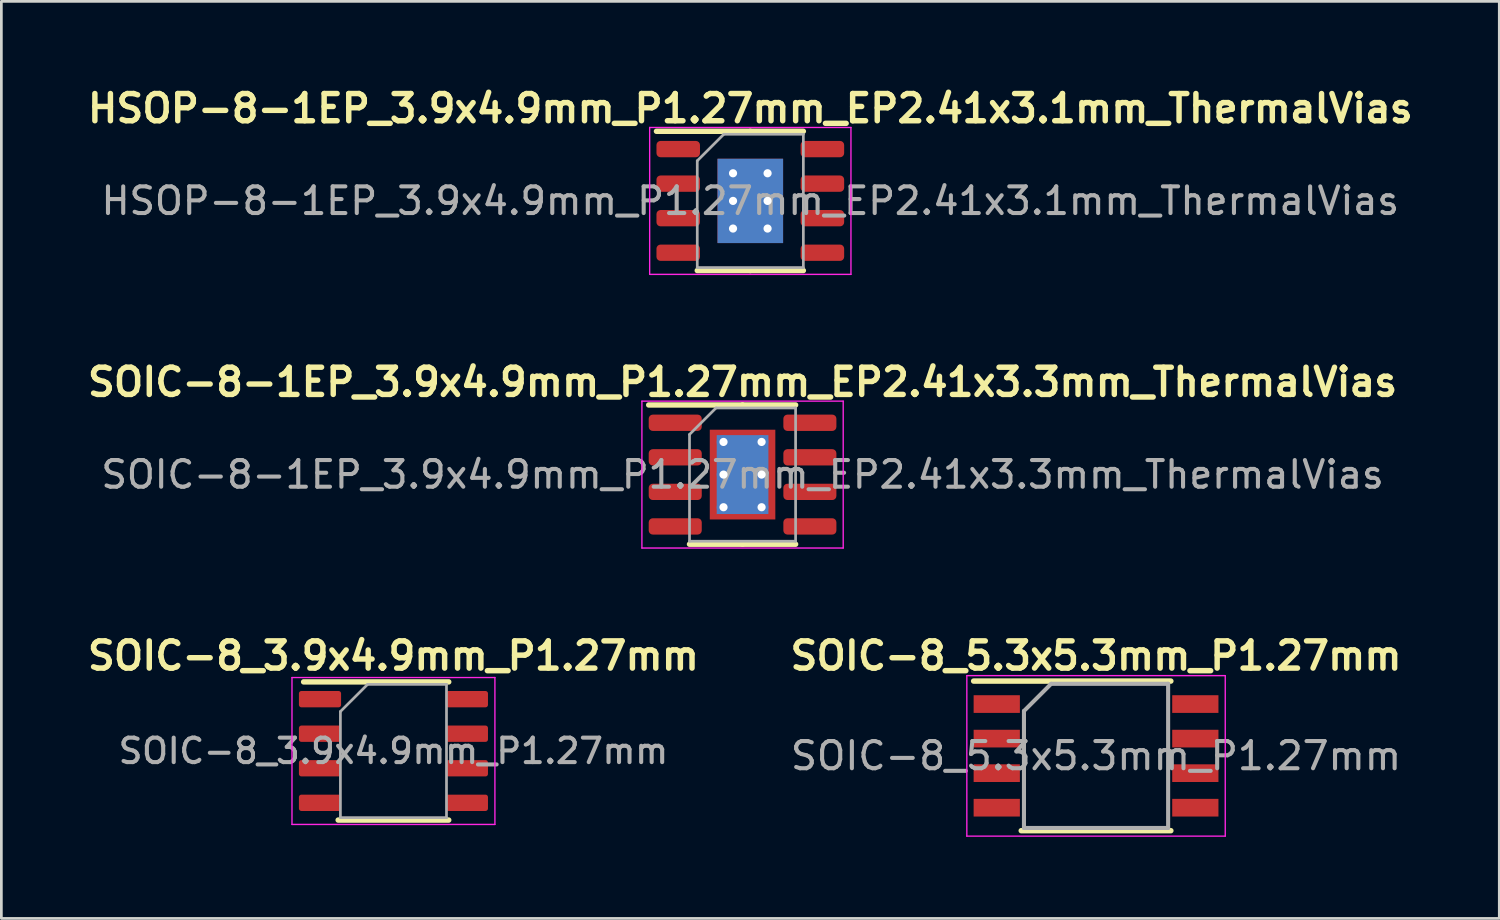
<source format=kicad_pcb>
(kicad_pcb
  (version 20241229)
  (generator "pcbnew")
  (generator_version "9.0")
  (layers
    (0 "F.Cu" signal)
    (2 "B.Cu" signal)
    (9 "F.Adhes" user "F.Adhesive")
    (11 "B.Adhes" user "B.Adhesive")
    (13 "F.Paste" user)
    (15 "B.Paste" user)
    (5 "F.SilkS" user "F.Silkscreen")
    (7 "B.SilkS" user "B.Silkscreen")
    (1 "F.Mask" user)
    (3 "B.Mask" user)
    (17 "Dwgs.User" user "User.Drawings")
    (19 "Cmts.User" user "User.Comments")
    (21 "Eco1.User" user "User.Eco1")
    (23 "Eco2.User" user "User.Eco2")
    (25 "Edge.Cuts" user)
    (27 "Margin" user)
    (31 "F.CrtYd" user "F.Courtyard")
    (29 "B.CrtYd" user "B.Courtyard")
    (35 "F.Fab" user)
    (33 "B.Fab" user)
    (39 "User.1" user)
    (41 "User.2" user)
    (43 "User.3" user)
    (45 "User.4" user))
  (footprint "SOIC-8_5.3x5.3mm_P1.27mm"
    (layer "F.Cu")
    (at 37.243 24.738)
    (property "Reference" "SOIC-8_5.3x5.3mm_P1.27mm" (at 0 -3.68 0) (layer "F.SilkS") (effects (font (size 1 1) (thickness 0.2))))
    (attr smd)
    (fp_line (start -4.5 -2.75) (end 2.75 -2.75) (stroke (width 0.2) (type solid)) (layer "F.SilkS"))
    (fp_line (start -2.75 2.75) (end 2.75 2.75) (stroke (width 0.2) (type solid)) (layer "F.SilkS"))
    (fp_line (start -4.75 -2.95) (end -4.75 2.95) (stroke (width 0.05) (type solid)) (layer "F.CrtYd"))
    (fp_line (start -4.75 -2.95) (end 4.75 -2.95) (stroke (width 0.05) (type solid)) (layer "F.CrtYd"))
    (fp_line (start -4.75 2.95) (end 4.75 2.95) (stroke (width 0.05) (type solid)) (layer "F.CrtYd"))
    (fp_line (start 4.75 -2.95) (end 4.75 2.95) (stroke (width 0.05) (type solid)) (layer "F.CrtYd"))
    (fp_line (start -2.65 -1.65) (end -1.65 -2.65) (stroke (width 0.15) (type solid)) (layer "F.Fab"))
    (fp_line (start -2.65 2.65) (end -2.65 -1.65) (stroke (width 0.15) (type solid)) (layer "F.Fab"))
    (fp_line (start -1.65 -2.65) (end 2.65 -2.65) (stroke (width 0.15) (type solid)) (layer "F.Fab"))
    (fp_line (start 2.65 -2.65) (end 2.65 2.65) (stroke (width 0.15) (type solid)) (layer "F.Fab"))
    (fp_line (start 2.65 2.65) (end -2.65 2.65) (stroke (width 0.15) (type solid)) (layer "F.Fab"))
    (fp_text user "${REFERENCE}" (at 0 0 0) (layer "F.Fab") (effects (font (size 1 1) (thickness 0.15))))
    (pad "1" smd rect (at -3.65 -1.905) (size 1.7 0.65) (layers "F.Cu" "F.Mask" "F.Paste"))
    (pad "2" smd rect (at -3.65 -0.635) (size 1.7 0.65) (layers "F.Cu" "F.Mask" "F.Paste"))
    (pad "3" smd rect (at -3.65 0.635) (size 1.7 0.65) (layers "F.Cu" "F.Mask" "F.Paste"))
    (pad "4" smd rect (at -3.65 1.905) (size 1.7 0.65) (layers "F.Cu" "F.Mask" "F.Paste"))
    (pad "5" smd rect (at 3.65 1.905) (size 1.7 0.65) (layers "F.Cu" "F.Mask" "F.Paste"))
    (pad "6" smd rect (at 3.65 0.635) (size 1.7 0.65) (layers "F.Cu" "F.Mask" "F.Paste"))
    (pad "7" smd rect (at 3.65 -0.635) (size 1.7 0.65) (layers "F.Cu" "F.Mask" "F.Paste"))
    (pad "8" smd rect (at 3.65 -1.905) (size 1.7 0.65) (layers "F.Cu" "F.Mask" "F.Paste")))
  (footprint "SOIC-8_3.9x4.9mm_P1.27mm"
    (layer "F.Cu")
    (at 11.414 24.558)
    (property "Reference" "SOIC-8_3.9x4.9mm_P1.27mm" (at 0 -3.5 0) (layer "F.SilkS") (effects (font (size 1 1) (thickness 0.2))))
    (attr smd)
    (fp_line (start 2.032 -2.54) (end -3.302 -2.54) (stroke (width 0.2) (type solid)) (layer "F.SilkS"))
    (fp_line (start 2.032 2.54) (end -2.032 2.54) (stroke (width 0.2) (type solid)) (layer "F.SilkS"))
    (fp_line (start -3.73 -2.7) (end -3.73 2.7) (stroke (width 0.05) (type solid)) (layer "F.CrtYd"))
    (fp_line (start -3.73 -2.7) (end 3.73 -2.7) (stroke (width 0.05) (type solid)) (layer "F.CrtYd"))
    (fp_line (start -3.73 2.7) (end 3.73 2.7) (stroke (width 0.05) (type solid)) (layer "F.CrtYd"))
    (fp_line (start 3.73 -2.7) (end 3.73 2.7) (stroke (width 0.05) (type solid)) (layer "F.CrtYd"))
    (fp_line (start -1.95 -1.45) (end -0.95 -2.45) (stroke (width 0.1) (type solid)) (layer "F.Fab"))
    (fp_line (start -1.95 2.45) (end -1.95 -1.45) (stroke (width 0.1) (type solid)) (layer "F.Fab"))
    (fp_line (start -0.95 -2.45) (end 1.95 -2.45) (stroke (width 0.1) (type solid)) (layer "F.Fab"))
    (fp_line (start 1.95 -2.45) (end 1.95 2.45) (stroke (width 0.1) (type solid)) (layer "F.Fab"))
    (fp_line (start 1.95 2.45) (end -1.95 2.45) (stroke (width 0.1) (type solid)) (layer "F.Fab"))
    (fp_text user "${REFERENCE}" (at 0 0 0) (layer "F.Fab") (effects (font (size 0.9 0.9) (thickness 0.15))))
    (pad "1" smd roundrect (at -2.7 -1.905) (size 1.55 0.6) (layers "F.Cu" "F.Mask" "F.Paste") (roundrect_rratio 0.15))
    (pad "2" smd roundrect (at -2.7 -0.635) (size 1.55 0.6) (layers "F.Cu" "F.Mask" "F.Paste") (roundrect_rratio 0.15))
    (pad "3" smd roundrect (at -2.7 0.635) (size 1.55 0.6) (layers "F.Cu" "F.Mask" "F.Paste") (roundrect_rratio 0.15))
    (pad "4" smd roundrect (at -2.7 1.905) (size 1.55 0.6) (layers "F.Cu" "F.Mask" "F.Paste") (roundrect_rratio 0.15))
    (pad "5" smd roundrect (at 2.7 1.905) (size 1.55 0.6) (layers "F.Cu" "F.Mask" "F.Paste") (roundrect_rratio 0.15))
    (pad "6" smd roundrect (at 2.7 0.635) (size 1.55 0.6) (layers "F.Cu" "F.Mask" "F.Paste") (roundrect_rratio 0.15))
    (pad "7" smd roundrect (at 2.7 -0.635) (size 1.55 0.6) (layers "F.Cu" "F.Mask" "F.Paste") (roundrect_rratio 0.15))
    (pad "8" smd roundrect (at 2.7 -1.905) (size 1.55 0.6) (layers "F.Cu" "F.Mask" "F.Paste") (roundrect_rratio 0.15)))
  (footprint "HSOP-8-1EP_3.9x4.9mm_P1.27mm_EP2.41x3.1mm_ThermalVias"
    (layer "F.Cu")
    (at 24.533 4.336)
    (property "Reference" "HSOP-8-1EP_3.9x4.9mm_P1.27mm_EP2.41x3.1mm_ThermalVias" (at 0 -3.4 0) (layer "F.SilkS") (effects (font (size 1 1) (thickness 0.2))))
    (attr smd)
    (fp_line (start 0 -2.56) (end -3.45 -2.56) (stroke (width 0.2) (type solid)) (layer "F.SilkS"))
    (fp_line (start 0 -2.56) (end 1.95 -2.56) (stroke (width 0.2) (type solid)) (layer "F.SilkS"))
    (fp_line (start 0 2.56) (end -1.95 2.56) (stroke (width 0.2) (type solid)) (layer "F.SilkS"))
    (fp_line (start 0 2.56) (end 1.95 2.56) (stroke (width 0.2) (type solid)) (layer "F.SilkS"))
    (fp_line (start -3.7 -2.7) (end -3.7 2.7) (stroke (width 0.05) (type solid)) (layer "F.CrtYd"))
    (fp_line (start -3.7 2.7) (end 3.7 2.7) (stroke (width 0.05) (type solid)) (layer "F.CrtYd"))
    (fp_line (start 3.7 -2.7) (end -3.7 -2.7) (stroke (width 0.05) (type solid)) (layer "F.CrtYd"))
    (fp_line (start 3.7 2.7) (end 3.7 -2.7) (stroke (width 0.05) (type solid)) (layer "F.CrtYd"))
    (fp_line (start -1.95 -1.475) (end -0.975 -2.45) (stroke (width 0.1) (type solid)) (layer "F.Fab"))
    (fp_line (start -1.95 2.45) (end -1.95 -1.475) (stroke (width 0.1) (type solid)) (layer "F.Fab"))
    (fp_line (start -0.975 -2.45) (end 1.95 -2.45) (stroke (width 0.1) (type solid)) (layer "F.Fab"))
    (fp_line (start 1.95 -2.45) (end 1.95 2.45) (stroke (width 0.1) (type solid)) (layer "F.Fab"))
    (fp_line (start 1.95 2.45) (end -1.95 2.45) (stroke (width 0.1) (type solid)) (layer "F.Fab"))
    (fp_text user "${REFERENCE}" (at 0 0 0) (layer "F.Fab") (effects (font (size 0.98 0.98) (thickness 0.15))))
    (pad "" smd roundrect (at -0.6 -0.775) (size 0.97 1.25) (layers "F.Paste") (roundrect_rratio 0.25))
    (pad "" smd roundrect (at -0.6 0.775) (size 0.97 1.25) (layers "F.Paste") (roundrect_rratio 0.25))
    (pad "" smd roundrect (at 0.6 -0.775) (size 0.97 1.25) (layers "F.Paste") (roundrect_rratio 0.25))
    (pad "" smd roundrect (at 0.6 0.775) (size 0.97 1.25) (layers "F.Paste") (roundrect_rratio 0.25))
    (pad "1" smd roundrect (at -2.65 -1.905) (size 1.6 0.6) (layers "F.Cu" "F.Mask" "F.Paste") (roundrect_rratio 0.25))
    (pad "2" smd roundrect (at -2.65 -0.635) (size 1.6 0.6) (layers "F.Cu" "F.Mask" "F.Paste") (roundrect_rratio 0.25))
    (pad "3" smd roundrect (at -2.65 0.635) (size 1.6 0.6) (layers "F.Cu" "F.Mask" "F.Paste") (roundrect_rratio 0.25))
    (pad "4" smd roundrect (at -2.65 1.905) (size 1.6 0.6) (layers "F.Cu" "F.Mask" "F.Paste") (roundrect_rratio 0.25))
    (pad "5" smd roundrect (at 2.65 1.905) (size 1.6 0.6) (layers "F.Cu" "F.Mask" "F.Paste") (roundrect_rratio 0.25))
    (pad "6" smd roundrect (at 2.65 0.635) (size 1.6 0.6) (layers "F.Cu" "F.Mask" "F.Paste") (roundrect_rratio 0.25))
    (pad "7" smd roundrect (at 2.65 -0.635) (size 1.6 0.6) (layers "F.Cu" "F.Mask" "F.Paste") (roundrect_rratio 0.25))
    (pad "8" smd roundrect (at 2.65 -1.905) (size 1.6 0.6) (layers "F.Cu" "F.Mask" "F.Paste") (roundrect_rratio 0.25))
    (pad "9" thru_hole circle (at -0.635 -1.016) (size 0.6 0.6) (drill 0.3) (layers "*.Cu"))
    (pad "9" thru_hole circle (at -0.635 0) (size 0.6 0.6) (drill 0.3) (layers "*.Cu"))
    (pad "9" thru_hole circle (at -0.635 1.016) (size 0.6 0.6) (drill 0.3) (layers "*.Cu"))
    (pad "9" smd rect (at 0 0) (size 2.41 3.1) (layers "F.Cu" "F.Mask"))
    (pad "9" smd rect (at 0 0) (size 2.41 3.1) (layers "B.Cu"))
    (pad "9" thru_hole circle (at 0.635 -1.016) (size 0.6 0.6) (drill 0.3) (layers "*.Cu"))
    (pad "9" thru_hole circle (at 0.635 0) (size 0.6 0.6) (drill 0.3) (layers "*.Cu"))
    (pad "9" thru_hole circle (at 0.635 1.016) (size 0.6 0.6) (drill 0.3) (layers "*.Cu")))
  (footprint "SOIC-8-1EP_3.9x4.9mm_P1.27mm_EP2.41x3.3mm_ThermalVias"
    (layer "F.Cu")
    (at 24.248 14.397)
    (property "Reference" "SOIC-8-1EP_3.9x4.9mm_P1.27mm_EP2.41x3.3mm_ThermalVias" (at 0 -3.4 0) (layer "F.SilkS") (effects (font (size 1 1) (thickness 0.2) (bold yes))))
    (attr smd)
    (fp_line (start 0 -2.56) (end -3.45 -2.56) (stroke (width 0.2) (type solid)) (layer "F.SilkS"))
    (fp_line (start 0 -2.56) (end 1.95 -2.56) (stroke (width 0.2) (type solid)) (layer "F.SilkS"))
    (fp_line (start 0 2.56) (end -1.95 2.56) (stroke (width 0.2) (type solid)) (layer "F.SilkS"))
    (fp_line (start 0 2.56) (end 1.95 2.56) (stroke (width 0.2) (type solid)) (layer "F.SilkS"))
    (fp_line (start -3.7 -2.7) (end -3.7 2.7) (stroke (width 0.05) (type solid)) (layer "F.CrtYd"))
    (fp_line (start -3.7 2.7) (end 3.7 2.7) (stroke (width 0.05) (type solid)) (layer "F.CrtYd"))
    (fp_line (start 3.7 -2.7) (end -3.7 -2.7) (stroke (width 0.05) (type solid)) (layer "F.CrtYd"))
    (fp_line (start 3.7 2.7) (end 3.7 -2.7) (stroke (width 0.05) (type solid)) (layer "F.CrtYd"))
    (fp_line (start -1.95 -1.475) (end -0.975 -2.45) (stroke (width 0.1) (type solid)) (layer "F.Fab"))
    (fp_line (start -1.95 2.45) (end -1.95 -1.475) (stroke (width 0.1) (type solid)) (layer "F.Fab"))
    (fp_line (start -0.975 -2.45) (end 1.95 -2.45) (stroke (width 0.1) (type solid)) (layer "F.Fab"))
    (fp_line (start 1.95 -2.45) (end 1.95 2.45) (stroke (width 0.1) (type solid)) (layer "F.Fab"))
    (fp_line (start 1.95 2.45) (end -1.95 2.45) (stroke (width 0.1) (type solid)) (layer "F.Fab"))
    (fp_text user "${REFERENCE}" (at 0 0 0) (layer "F.Fab") (effects (font (size 0.98 0.98) (thickness 0.15))))
    (pad "" smd roundrect (at -0.6 -0.825) (size 1.01 1.38) (layers "F.Paste") (roundrect_rratio 0.248))
    (pad "" smd roundrect (at -0.6 0.825) (size 1.01 1.38) (layers "F.Paste") (roundrect_rratio 0.248))
    (pad "" smd roundrect (at 0.6 -0.825) (size 1.01 1.38) (layers "F.Paste") (roundrect_rratio 0.248))
    (pad "" smd roundrect (at 0.6 0.825) (size 1.01 1.38) (layers "F.Paste") (roundrect_rratio 0.248))
    (pad "1" smd roundrect (at -2.475 -1.905) (size 1.95 0.6) (layers "F.Cu" "F.Mask" "F.Paste") (roundrect_rratio 0.25))
    (pad "2" smd roundrect (at -2.475 -0.635) (size 1.95 0.6) (layers "F.Cu" "F.Mask" "F.Paste") (roundrect_rratio 0.25))
    (pad "3" smd roundrect (at -2.475 0.635) (size 1.95 0.6) (layers "F.Cu" "F.Mask" "F.Paste") (roundrect_rratio 0.25))
    (pad "4" smd roundrect (at -2.475 1.905) (size 1.95 0.6) (layers "F.Cu" "F.Mask" "F.Paste") (roundrect_rratio 0.25))
    (pad "5" smd roundrect (at 2.475 1.905) (size 1.95 0.6) (layers "F.Cu" "F.Mask" "F.Paste") (roundrect_rratio 0.25))
    (pad "6" smd roundrect (at 2.475 0.635) (size 1.95 0.6) (layers "F.Cu" "F.Mask" "F.Paste") (roundrect_rratio 0.25))
    (pad "7" smd roundrect (at 2.475 -0.635) (size 1.95 0.6) (layers "F.Cu" "F.Mask" "F.Paste") (roundrect_rratio 0.25))
    (pad "8" smd roundrect (at 2.475 -1.905) (size 1.95 0.6) (layers "F.Cu" "F.Mask" "F.Paste") (roundrect_rratio 0.25))
    (pad "9" thru_hole circle (at -0.7 -1.2) (size 0.5 0.5) (drill 0.3) (layers "*.Cu"))
    (pad "9" thru_hole circle (at -0.7 0) (size 0.5 0.5) (drill 0.3) (layers "*.Cu"))
    (pad "9" thru_hole circle (at -0.7 1.2) (size 0.5 0.5) (drill 0.3) (layers "*.Cu"))
    (pad "9" smd rect (at 0 0) (size 1.9 2.9) (layers "B.Cu"))
    (pad "9" smd rect (at 0 0) (size 2.41 3.3) (layers "F.Cu" "F.Mask"))
    (pad "9" thru_hole circle (at 0.7 -1.2) (size 0.5 0.5) (drill 0.3) (layers "*.Cu"))
    (pad "9" thru_hole circle (at 0.7 0) (size 0.5 0.5) (drill 0.3) (layers "*.Cu"))
    (pad "9" thru_hole circle (at 0.7 1.2) (size 0.5 0.5) (drill 0.3) (layers "*.Cu")))
  (gr_rect
    (start -3 -3)
    (end 52.067 30.713)
    (stroke (width 0.1) (type default))
    (fill no)
    (layer "Edge.Cuts")))
</source>
